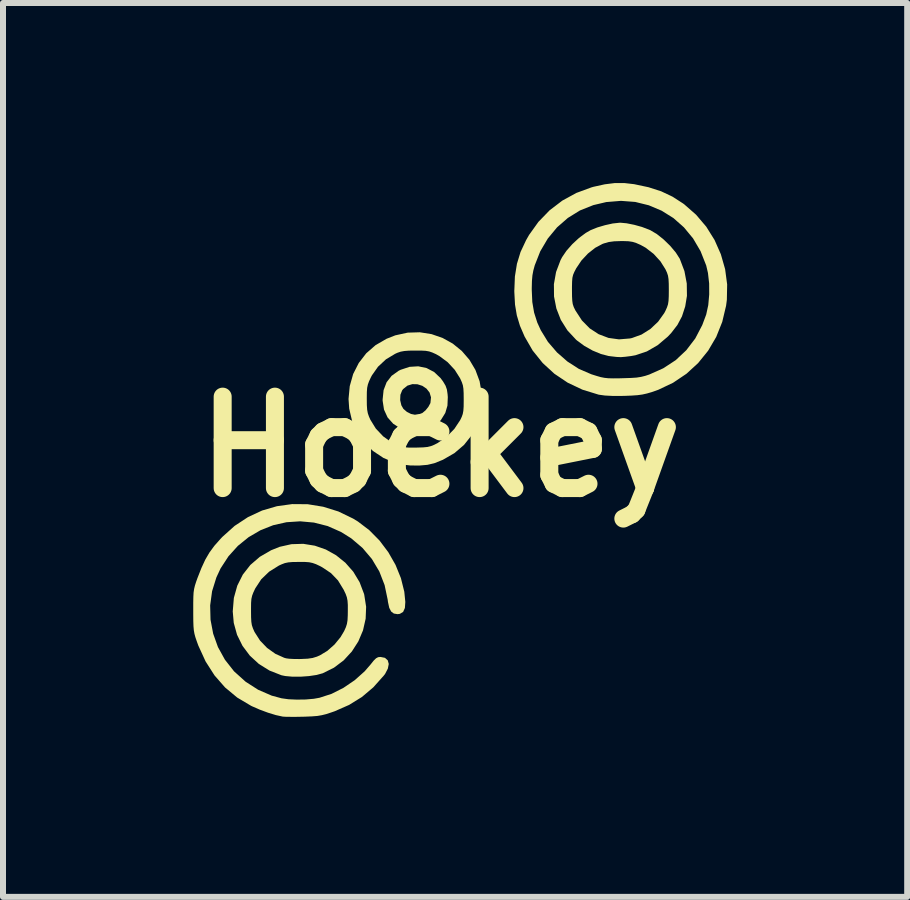
<source format=kicad_pcb>
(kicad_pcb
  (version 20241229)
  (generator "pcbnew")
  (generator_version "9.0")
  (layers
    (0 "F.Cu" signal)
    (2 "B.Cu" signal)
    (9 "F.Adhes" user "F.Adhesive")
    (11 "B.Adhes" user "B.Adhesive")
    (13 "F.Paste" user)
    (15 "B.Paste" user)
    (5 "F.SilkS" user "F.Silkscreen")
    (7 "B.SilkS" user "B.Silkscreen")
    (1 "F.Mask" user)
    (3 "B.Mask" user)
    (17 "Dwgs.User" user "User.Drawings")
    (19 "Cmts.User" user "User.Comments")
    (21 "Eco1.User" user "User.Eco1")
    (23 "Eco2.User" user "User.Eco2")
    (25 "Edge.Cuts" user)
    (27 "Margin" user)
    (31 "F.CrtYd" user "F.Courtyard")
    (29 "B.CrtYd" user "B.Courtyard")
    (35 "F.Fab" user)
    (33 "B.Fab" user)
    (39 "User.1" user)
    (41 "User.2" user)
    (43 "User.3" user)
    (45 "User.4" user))
  (footprint "Hockey"
    (layer "F.Cu")
    (at 4.289 4.394)
    (property "Reference" "Hockey" (at 0 0 0) (layer "F.SilkS") (effects (font (size 1.524 1.524) (thickness 0.3))))
    (attr board_only exclude_from_pos_files exclude_from_bom)
    (fp_poly (pts (xy -0.231 -1.311) (xy -0.105 -1.245) (xy 0.003 -1.143) (xy 0.046 -1.084) (xy 0.086 -1.016) (xy 0.108 -0.953) (xy 0.119 -0.877) (xy 0.123 -0.827) (xy 0.117 -0.685) (xy 0.081 -0.563) (xy 0.01 -0.448) (xy -0.012 -0.422) (xy -0.108 -0.339) (xy -0.228 -0.282) (xy -0.362 -0.254) (xy -0.5 -0.256) (xy -0.633 -0.289) (xy -0.661 -0.302) (xy -0.787 -0.383) (xy -0.881 -0.489) (xy -0.94 -0.618) (xy -0.963 -0.767) (xy -0.963 -0.777) (xy -0.671 -0.777) (xy -0.651 -0.69) (xy -0.617 -0.631) (xy -0.559 -0.581) (xy -0.49 -0.546) (xy -0.425 -0.533) (xy -0.402 -0.537) (xy -0.355 -0.545) (xy -0.346 -0.545) (xy -0.301 -0.562) (xy -0.248 -0.606) (xy -0.201 -0.664) (xy -0.168 -0.725) (xy -0.166 -0.733) (xy -0.157 -0.823) (xy -0.181 -0.903) (xy -0.232 -0.968) (xy -0.302 -1.015) (xy -0.383 -1.041) (xy -0.468 -1.043) (xy -0.55 -1.018) (xy -0.621 -0.961) (xy -0.638 -0.939) (xy -0.667 -0.866) (xy -0.671 -0.777) (xy -0.963 -0.777) (xy -0.963 -0.787) (xy -0.947 -0.943) (xy -0.897 -1.074) (xy -0.814 -1.181) (xy -0.697 -1.265) (xy -0.663 -1.282) (xy -0.515 -1.331) (xy -0.369 -1.34)) (stroke (width 0) (type solid)) (fill yes) (layer "F.SilkS"))
    (fp_poly (pts (xy -0.147 -1.876) (xy 0.037 -1.812) (xy 0.206 -1.718) (xy 0.356 -1.596) (xy 0.483 -1.449) (xy 0.583 -1.28) (xy 0.653 -1.091) (xy 0.688 -0.887) (xy 0.692 -0.792) (xy 0.672 -0.574) (xy 0.614 -0.373) (xy 0.521 -0.191) (xy 0.393 -0.03) (xy 0.233 0.107) (xy 0.042 0.217) (xy -0.102 0.275) (xy -0.217 0.302) (xy -0.356 0.314) (xy -0.505 0.312) (xy -0.647 0.295) (xy -0.75 0.271) (xy -0.949 0.187) (xy -1.124 0.071) (xy -1.271 -0.073) (xy -1.388 -0.241) (xy -1.472 -0.43) (xy -1.52 -0.634) (xy -1.531 -0.793) (xy -1.531 -0.797) (xy -1.227 -0.797) (xy -1.226 -0.693) (xy -1.221 -0.618) (xy -1.21 -0.558) (xy -1.191 -0.503) (xy -1.168 -0.451) (xy -1.077 -0.303) (xy -0.954 -0.173) (xy -0.808 -0.068) (xy -0.65 0.002) (xy -0.607 0.009) (xy -0.534 0.014) (xy -0.443 0.015) (xy -0.388 0.014) (xy -0.288 0.011) (xy -0.216 0.004) (xy -0.159 -0.01) (xy -0.104 -0.032) (xy -0.047 -0.061) (xy 0.102 -0.164) (xy 0.232 -0.297) (xy 0.329 -0.443) (xy 0.355 -0.497) (xy 0.372 -0.545) (xy 0.382 -0.598) (xy 0.387 -0.669) (xy 0.388 -0.768) (xy 0.388 -0.787) (xy 0.387 -0.892) (xy 0.383 -0.967) (xy 0.374 -1.024) (xy 0.357 -1.075) (xy 0.331 -1.133) (xy 0.326 -1.143) (xy 0.238 -1.282) (xy 0.121 -1.408) (xy -0.015 -1.509) (xy -0.073 -1.542) (xy -0.135 -1.57) (xy -0.188 -1.588) (xy -0.245 -1.598) (xy -0.32 -1.602) (xy -0.419 -1.602) (xy -0.525 -1.601) (xy -0.602 -1.595) (xy -0.662 -1.584) (xy -0.718 -1.565) (xy -0.755 -1.548) (xy -0.908 -1.456) (xy -1.04 -1.333) (xy -1.141 -1.19) (xy -1.158 -1.158) (xy -1.189 -1.092) (xy -1.209 -1.037) (xy -1.221 -0.981) (xy -1.226 -0.911) (xy -1.227 -0.814) (xy -1.227 -0.797) (xy -1.531 -0.797) (xy -1.511 -1.01) (xy -1.454 -1.212) (xy -1.361 -1.395) (xy -1.236 -1.557) (xy -1.08 -1.693) (xy -0.897 -1.799) (xy -0.752 -1.856) (xy -0.546 -1.901) (xy -0.343 -1.907)) (stroke (width 0) (type solid)) (fill yes) (layer "F.SilkS"))
    (fp_poly (pts (xy -2.093 1.649) (xy -1.909 1.713) (xy -1.738 1.809) (xy -1.584 1.933) (xy -1.452 2.083) (xy -1.347 2.257) (xy -1.273 2.452) (xy -1.269 2.469) (xy -1.238 2.667) (xy -1.246 2.866) (xy -1.29 3.06) (xy -1.368 3.244) (xy -1.476 3.412) (xy -1.612 3.56) (xy -1.774 3.682) (xy -1.959 3.774) (xy -1.961 3.775) (xy -2.063 3.803) (xy -2.19 3.822) (xy -2.329 3.832) (xy -2.466 3.832) (xy -2.586 3.821) (xy -2.649 3.808) (xy -2.848 3.73) (xy -3.025 3.62) (xy -3.176 3.481) (xy -3.298 3.318) (xy -3.389 3.134) (xy -3.444 2.935) (xy -3.461 2.74) (xy -3.46 2.737) (xy -3.156 2.737) (xy -3.155 2.842) (xy -3.151 2.917) (xy -3.142 2.974) (xy -3.125 3.025) (xy -3.1 3.082) (xy -3.095 3.091) (xy -3.006 3.23) (xy -2.888 3.353) (xy -2.75 3.451) (xy -2.603 3.517) (xy -2.571 3.526) (xy -2.52 3.533) (xy -2.442 3.537) (xy -2.351 3.538) (xy -2.318 3.537) (xy -2.211 3.532) (xy -2.13 3.52) (xy -2.058 3.498) (xy -2.008 3.476) (xy -1.885 3.402) (xy -1.766 3.297) (xy -1.665 3.174) (xy -1.605 3.073) (xy -1.576 3.009) (xy -1.558 2.953) (xy -1.548 2.891) (xy -1.544 2.81) (xy -1.543 2.737) (xy -1.543 2.637) (xy -1.548 2.566) (xy -1.559 2.509) (xy -1.579 2.453) (xy -1.612 2.384) (xy -1.613 2.382) (xy -1.707 2.228) (xy -1.824 2.106) (xy -1.971 2.008) (xy -2.004 1.99) (xy -2.074 1.957) (xy -2.131 1.937) (xy -2.188 1.925) (xy -2.259 1.92) (xy -2.359 1.92) (xy -2.359 1.92) (xy -2.461 1.921) (xy -2.534 1.927) (xy -2.592 1.939) (xy -2.647 1.96) (xy -2.691 1.98) (xy -2.854 2.082) (xy -2.986 2.209) (xy -3.085 2.36) (xy -3.088 2.366) (xy -3.118 2.43) (xy -3.138 2.483) (xy -3.15 2.537) (xy -3.155 2.604) (xy -3.156 2.697) (xy -3.156 2.737) (xy -3.46 2.737) (xy -3.442 2.519) (xy -3.385 2.315) (xy -3.293 2.131) (xy -3.167 1.97) (xy -3.009 1.834) (xy -2.821 1.725) (xy -2.679 1.668) (xy -2.483 1.624) (xy -2.286 1.618)) (stroke (width 0) (type solid)) (fill yes) (layer "F.SilkS"))
    (fp_poly (pts (xy 3.104 -3.723) (xy 3.229 -3.698) (xy 3.359 -3.662) (xy 3.477 -3.617) (xy 3.498 -3.608) (xy 3.606 -3.544) (xy 3.72 -3.453) (xy 3.829 -3.347) (xy 3.922 -3.236) (xy 3.989 -3.131) (xy 3.991 -3.125) (xy 4.066 -2.927) (xy 4.105 -2.72) (xy 4.108 -2.514) (xy 4.079 -2.338) (xy 4.025 -2.172) (xy 3.949 -2.029) (xy 3.845 -1.894) (xy 3.787 -1.833) (xy 3.62 -1.692) (xy 3.44 -1.588) (xy 3.249 -1.524) (xy 3.176 -1.511) (xy 3.081 -1.499) (xy 3.007 -1.493) (xy 2.936 -1.496) (xy 2.849 -1.506) (xy 2.802 -1.512) (xy 2.675 -1.545) (xy 2.535 -1.603) (xy 2.397 -1.681) (xy 2.275 -1.771) (xy 2.26 -1.784) (xy 2.116 -1.939) (xy 2.006 -2.114) (xy 1.932 -2.304) (xy 1.893 -2.504) (xy 1.892 -2.611) (xy 2.192 -2.611) (xy 2.193 -2.507) (xy 2.197 -2.432) (xy 2.205 -2.377) (xy 2.221 -2.329) (xy 2.246 -2.277) (xy 2.251 -2.268) (xy 2.358 -2.104) (xy 2.488 -1.972) (xy 2.637 -1.875) (xy 2.801 -1.813) (xy 2.976 -1.789) (xy 3.158 -1.804) (xy 3.191 -1.811) (xy 3.351 -1.869) (xy 3.499 -1.962) (xy 3.628 -2.084) (xy 3.73 -2.227) (xy 3.75 -2.265) (xy 3.775 -2.321) (xy 3.792 -2.372) (xy 3.801 -2.43) (xy 3.805 -2.506) (xy 3.806 -2.611) (xy 3.805 -2.717) (xy 3.801 -2.793) (xy 3.792 -2.851) (xy 3.775 -2.902) (xy 3.749 -2.958) (xy 3.749 -2.958) (xy 3.665 -3.091) (xy 3.552 -3.214) (xy 3.42 -3.316) (xy 3.335 -3.363) (xy 3.262 -3.395) (xy 3.201 -3.414) (xy 3.134 -3.424) (xy 3.047 -3.427) (xy 3.01 -3.427) (xy 2.895 -3.423) (xy 2.805 -3.411) (xy 2.724 -3.388) (xy 2.7 -3.379) (xy 2.578 -3.314) (xy 2.457 -3.218) (xy 2.349 -3.102) (xy 2.264 -2.975) (xy 2.263 -2.974) (xy 2.232 -2.914) (xy 2.211 -2.865) (xy 2.199 -2.815) (xy 2.194 -2.752) (xy 2.192 -2.666) (xy 2.192 -2.611) (xy 1.892 -2.611) (xy 1.891 -2.709) (xy 1.927 -2.912) (xy 2.002 -3.11) (xy 2.028 -3.159) (xy 2.1 -3.265) (xy 2.197 -3.375) (xy 2.308 -3.478) (xy 2.421 -3.562) (xy 2.501 -3.608) (xy 2.615 -3.654) (xy 2.744 -3.692) (xy 2.871 -3.72) (xy 2.981 -3.732) (xy 2.999 -3.733)) (stroke (width 0) (type solid)) (fill yes) (layer "F.SilkS"))
    (fp_poly (pts (xy 3.071 -4.393) (xy 3.228 -4.375) (xy 3.468 -4.324) (xy 3.679 -4.256) (xy 3.867 -4.167) (xy 4.044 -4.053) (xy 4.063 -4.039) (xy 4.261 -3.865) (xy 4.43 -3.666) (xy 4.568 -3.445) (xy 4.673 -3.207) (xy 4.744 -2.959) (xy 4.778 -2.704) (xy 4.773 -2.447) (xy 4.76 -2.349) (xy 4.696 -2.08) (xy 4.596 -1.83) (xy 4.461 -1.6) (xy 4.295 -1.395) (xy 4.1 -1.216) (xy 3.877 -1.066) (xy 3.631 -0.949) (xy 3.524 -0.911) (xy 3.441 -0.887) (xy 3.365 -0.87) (xy 3.284 -0.859) (xy 3.185 -0.852) (xy 3.057 -0.847) (xy 3.052 -0.847) (xy 2.878 -0.846) (xy 2.742 -0.853) (xy 2.64 -0.867) (xy 2.632 -0.869) (xy 2.366 -0.951) (xy 2.121 -1.067) (xy 1.899 -1.216) (xy 1.704 -1.395) (xy 1.537 -1.603) (xy 1.403 -1.835) (xy 1.325 -2.016) (xy 1.273 -2.189) (xy 1.243 -2.368) (xy 1.232 -2.569) (xy 1.231 -2.601) (xy 1.232 -2.611) (xy 1.522 -2.611) (xy 1.531 -2.411) (xy 1.561 -2.235) (xy 1.614 -2.069) (xy 1.672 -1.942) (xy 1.791 -1.748) (xy 1.942 -1.572) (xy 2.116 -1.42) (xy 2.307 -1.297) (xy 2.509 -1.21) (xy 2.513 -1.208) (xy 2.602 -1.18) (xy 2.671 -1.16) (xy 2.733 -1.148) (xy 2.798 -1.141) (xy 2.877 -1.139) (xy 2.982 -1.14) (xy 3.052 -1.142) (xy 3.175 -1.146) (xy 3.268 -1.152) (xy 3.344 -1.164) (xy 3.413 -1.181) (xy 3.48 -1.203) (xy 3.713 -1.307) (xy 3.92 -1.442) (xy 4.097 -1.608) (xy 4.246 -1.803) (xy 4.363 -2.027) (xy 4.429 -2.203) (xy 4.463 -2.359) (xy 4.479 -2.537) (xy 4.478 -2.721) (xy 4.458 -2.896) (xy 4.429 -3.02) (xy 4.335 -3.258) (xy 4.21 -3.471) (xy 4.058 -3.655) (xy 3.883 -3.81) (xy 3.686 -3.933) (xy 3.473 -4.023) (xy 3.246 -4.079) (xy 3.009 -4.097) (xy 2.764 -4.077) (xy 2.548 -4.026) (xy 2.325 -3.937) (xy 2.123 -3.812) (xy 1.943 -3.655) (xy 1.789 -3.469) (xy 1.664 -3.257) (xy 1.571 -3.021) (xy 1.571 -3.02) (xy 1.548 -2.936) (xy 1.533 -2.855) (xy 1.525 -2.763) (xy 1.522 -2.646) (xy 1.522 -2.611) (xy 1.232 -2.611) (xy 1.241 -2.837) (xy 1.275 -3.048) (xy 1.335 -3.245) (xy 1.426 -3.439) (xy 1.477 -3.529) (xy 1.633 -3.747) (xy 1.819 -3.939) (xy 2.031 -4.101) (xy 2.265 -4.229) (xy 2.515 -4.321) (xy 2.549 -4.331) (xy 2.74 -4.373) (xy 2.909 -4.394)) (stroke (width 0) (type solid)) (fill yes) (layer "F.SilkS"))
    (fp_poly (pts (xy -2.212 0.958) (xy -1.954 1) (xy -1.7 1.079) (xy -1.454 1.198) (xy -1.374 1.247) (xy -1.186 1.39) (xy -1.016 1.562) (xy -0.869 1.757) (xy -0.748 1.969) (xy -0.658 2.191) (xy -0.602 2.416) (xy -0.585 2.586) (xy -0.592 2.687) (xy -0.622 2.753) (xy -0.676 2.785) (xy -0.714 2.79) (xy -0.776 2.78) (xy -0.821 2.746) (xy -0.853 2.684) (xy -0.874 2.587) (xy -0.879 2.548) (xy -0.93 2.306) (xy -1.018 2.079) (xy -1.142 1.871) (xy -1.299 1.686) (xy -1.487 1.526) (xy -1.657 1.42) (xy -1.879 1.322) (xy -2.107 1.264) (xy -2.337 1.243) (xy -2.565 1.258) (xy -2.787 1.308) (xy -2.999 1.392) (xy -3.196 1.507) (xy -3.375 1.652) (xy -3.532 1.826) (xy -3.663 2.027) (xy -3.733 2.177) (xy -3.805 2.408) (xy -3.837 2.644) (xy -3.831 2.882) (xy -3.787 3.115) (xy -3.707 3.339) (xy -3.591 3.549) (xy -3.441 3.74) (xy -3.432 3.749) (xy -3.246 3.916) (xy -3.037 4.05) (xy -2.811 4.148) (xy -2.647 4.192) (xy -2.532 4.208) (xy -2.393 4.214) (xy -2.246 4.212) (xy -2.109 4.2) (xy -2.014 4.183) (xy -1.814 4.118) (xy -1.616 4.018) (xy -1.429 3.891) (xy -1.263 3.743) (xy -1.165 3.63) (xy -1.112 3.564) (xy -1.072 3.525) (xy -1.038 3.507) (xy -0.998 3.503) (xy -0.924 3.518) (xy -0.878 3.559) (xy -0.861 3.62) (xy -0.876 3.697) (xy -0.921 3.784) (xy -0.943 3.813) (xy -1.118 4.009) (xy -1.308 4.17) (xy -1.521 4.302) (xy -1.762 4.408) (xy -1.817 4.427) (xy -1.901 4.455) (xy -1.974 4.473) (xy -2.048 4.486) (xy -2.136 4.493) (xy -2.251 4.498) (xy -2.286 4.499) (xy -2.397 4.501) (xy -2.497 4.501) (xy -2.578 4.5) (xy -2.628 4.497) (xy -2.632 4.496) (xy -2.742 4.472) (xy -2.873 4.432) (xy -3.011 4.381) (xy -3.141 4.324) (xy -3.157 4.316) (xy -3.386 4.18) (xy -3.589 4.011) (xy -3.764 3.811) (xy -3.913 3.578) (xy -4.034 3.314) (xy -4.062 3.237) (xy -4.084 3.172) (xy -4.099 3.116) (xy -4.109 3.059) (xy -4.115 2.991) (xy -4.118 2.903) (xy -4.119 2.787) (xy -4.119 2.727) (xy -4.119 2.598) (xy -4.117 2.501) (xy -4.113 2.428) (xy -4.104 2.368) (xy -4.091 2.314) (xy -4.072 2.254) (xy -4.05 2.192) (xy -3.983 2.022) (xy -3.919 1.883) (xy -3.849 1.763) (xy -3.767 1.651) (xy -3.666 1.537) (xy -3.633 1.502) (xy -3.429 1.319) (xy -3.207 1.173) (xy -2.971 1.063) (xy -2.724 0.991) (xy -2.47 0.956)) (stroke (width 0) (type solid)) (fill yes) (layer "F.SilkS")))
  (gr_rect
    (start -3 -3)
    (end 12.067 11.895)
    (stroke (width 0.1) (type default))
    (fill no)
    (layer "Edge.Cuts")))
</source>
